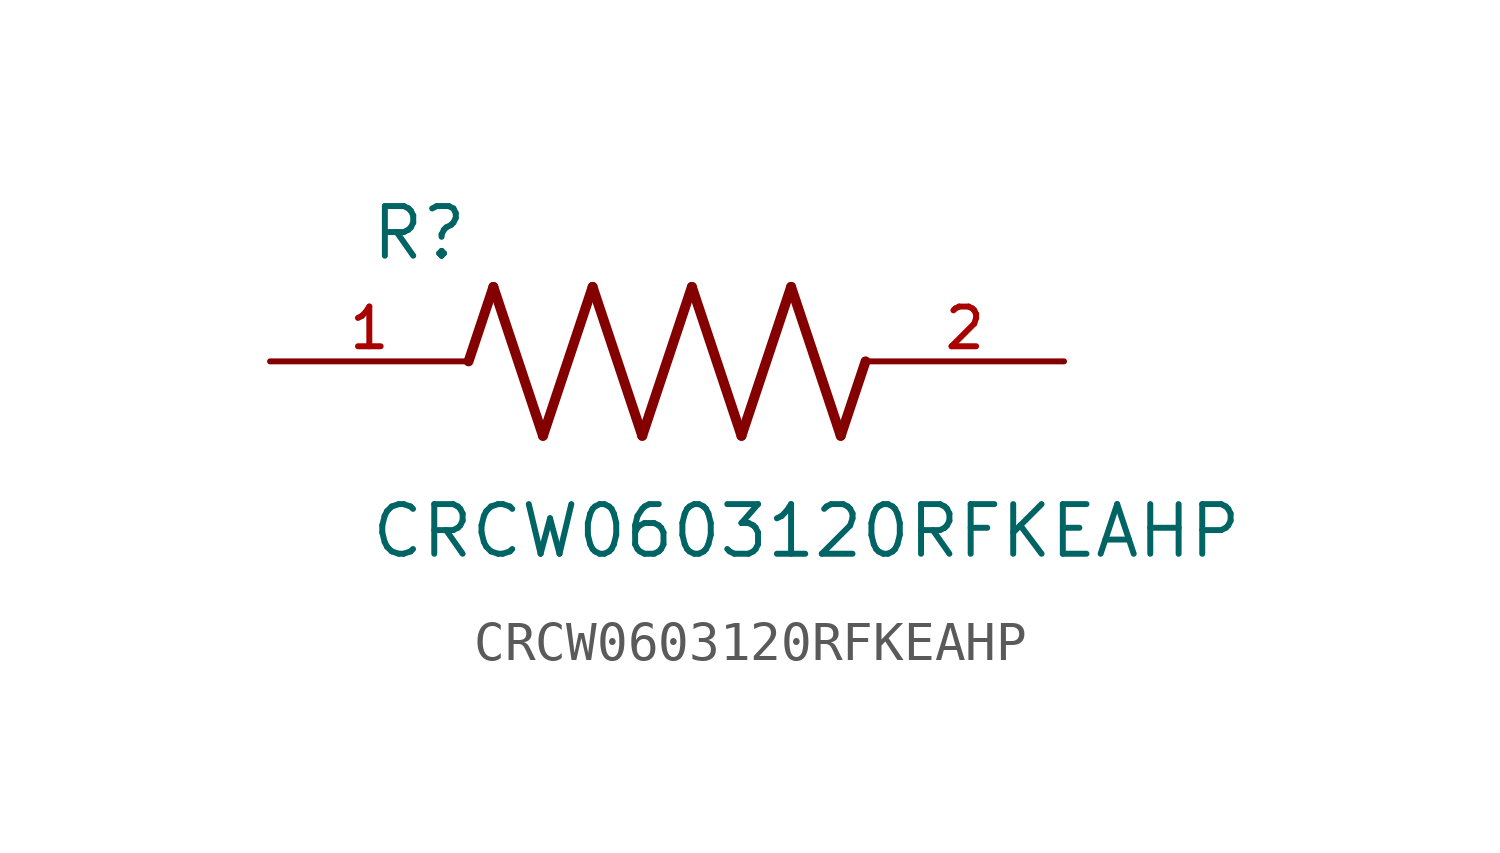
<source format=kicad_sym>
(kicad_symbol_lib
  (version 20211014)
  (generator kicad_symbol_editor)
  (symbol "CRCW0603120RFKEAHP"
    (pin_names
      (offset 1.016))
    (property "Reference" "R"
      (at -7.624 2.541 0)
      (effects (font (size 1.27 1.27)) (justify bottom left)))
    (property "Value" "CRCW0603120RFKEAHP"
      (at -7.63 -5.087 0)
      (effects (font (size 1.27 1.27)) (justify bottom left)))
    (symbol "CRCW0603120RFKEAHP_0_0"
      (polyline (pts (xy -5.08 0.0) (xy -4.445 1.905)) (stroke (width 0.254)))
      (polyline (pts (xy -4.445 1.905) (xy -3.175 -1.905)) (stroke (width 0.254)))
      (polyline (pts (xy -3.175 -1.905) (xy -1.905 1.905)) (stroke (width 0.254)))
      (polyline (pts (xy -1.905 1.905) (xy -0.635 -1.905)) (stroke (width 0.254)))
      (polyline (pts (xy -0.635 -1.905) (xy 0.635 1.905)) (stroke (width 0.254)))
      (polyline (pts (xy 0.635 1.905) (xy 1.905 -1.905)) (stroke (width 0.254)))
      (polyline (pts (xy 1.905 -1.905) (xy 3.175 1.905)) (stroke (width 0.254)))
      (polyline (pts (xy 3.175 1.905) (xy 4.445 -1.905)) (stroke (width 0.254)))
      (polyline (pts (xy 4.445 -1.905) (xy 5.08 0.0)) (stroke (width 0.254)))
      (pin passive line (at -10.16 0.0 0) (length 5.08) (name "~" (effects (font (size 1.016 1.016)))) (number "1" (effects (font (size 1.016 1.016)))))
      (pin passive line (at 10.16 0.0 180.0) (length 5.08) (name "~" (effects (font (size 1.016 1.016)))) (number "2" (effects (font (size 1.016 1.016))))))))
</source>
